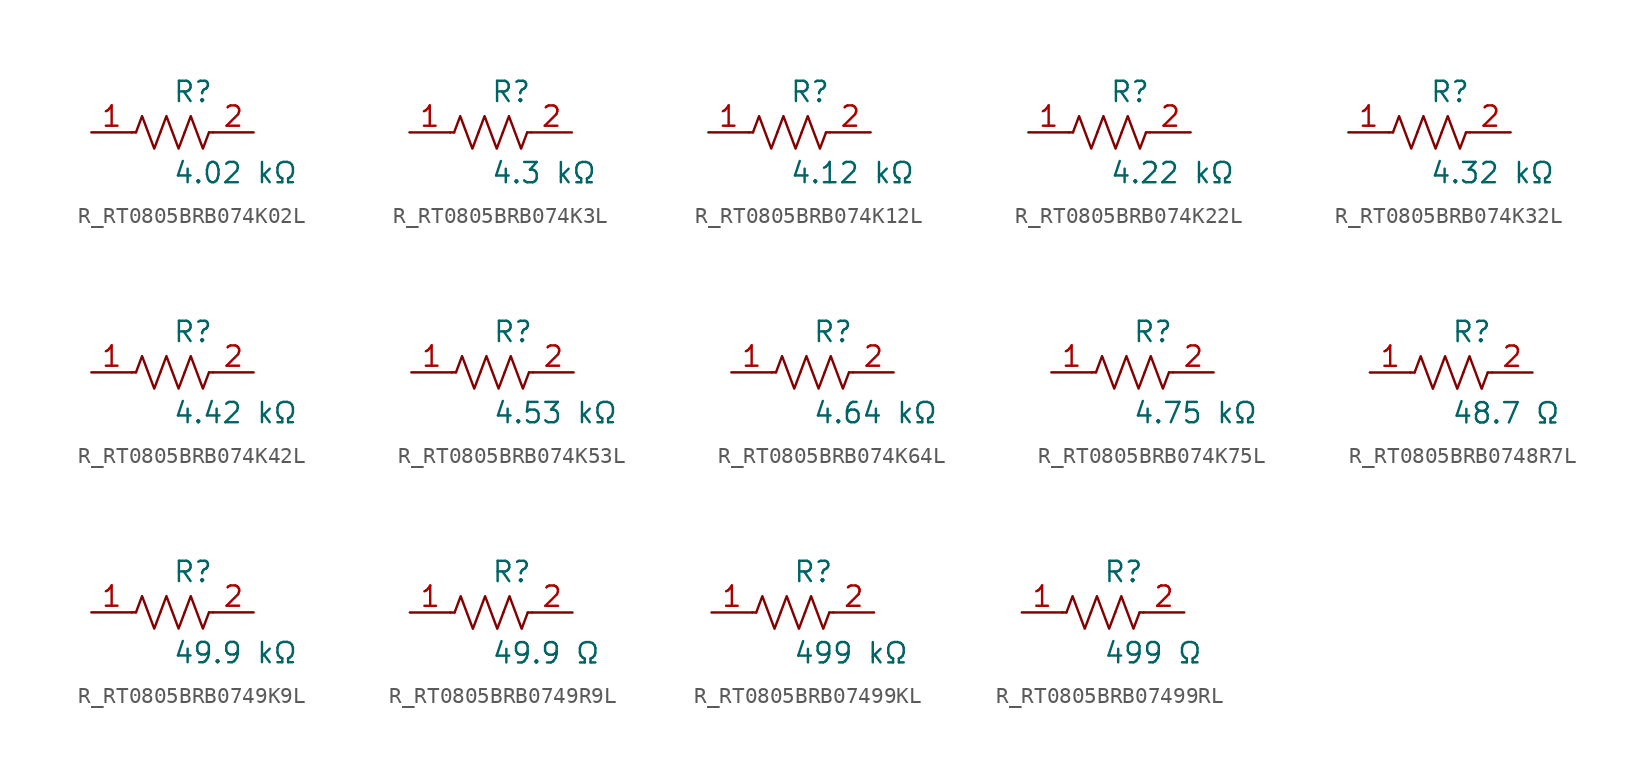
<source format=kicad_sym>
(kicad_symbol_lib
  (version 20231120)
  (generator kicad_symbol_editor)
  (generator_version 8.0)
  (symbol "R_RT0805BRB074K02L"
    (pin_names
      (offset 0.254))
    (property "Reference" "R"
      (at 0 2.54 0)
      (effects (font (size 1.27 1.27)) (justify left)))
    (property "Value" "4.02 kΩ"
      (at 0 -2.54 0)
      (effects (font (size 1.27 1.27)) (justify left)))
    (symbol "R_RT0805BRB074K02L_0_1"
      (polyline (pts (xy 2.286 0) (xy 2.54 0)) (stroke (width 0) (type default)) (fill (type none)))
      (polyline (pts (xy -2.286 0) (xy -2.54 0)) (stroke (width 0) (type default)) (fill (type none)))
      (polyline (pts (xy 0.762 0) (xy 1.143 1.016) (xy 1.524 0) (xy 1.905 -1.016) (xy 2.286 0)) (stroke (width 0) (type default)) (fill (type none)))
      (polyline (pts (xy -0.762 0) (xy -0.381 1.016) (xy 0 0) (xy 0.381 -1.016) (xy 0.762 0)) (stroke (width 0) (type default)) (fill (type none)))
      (polyline (pts (xy -2.286 0) (xy -1.905 1.016) (xy -1.524 0) (xy -1.143 -1.016) (xy -0.762 0)) (stroke (width 0) (type default)) (fill (type none))))
    (pin unspecified line
      (at -5.08 0 0)
      (length 2.54)
      (name "" (effects (font (size 1.27 1.27))))
      (number "1" (effects (font (size 1.27 1.27)))))
    (pin unspecified line
      (at 5.08 0 180)
      (length 2.54)
      (name "" (effects (font (size 1.27 1.27))))
      (number "2" (effects (font (size 1.27 1.27))))))
  (symbol "R_RT0805BRB074K3L"
    (pin_names
      (offset 0.254))
    (property "Reference" "R"
      (at 0 2.54 0)
      (effects (font (size 1.27 1.27)) (justify left)))
    (property "Value" "4.3 kΩ"
      (at 0 -2.54 0)
      (effects (font (size 1.27 1.27)) (justify left)))
    (symbol "R_RT0805BRB074K3L_0_1"
      (polyline (pts (xy 2.286 0) (xy 2.54 0)) (stroke (width 0) (type default)) (fill (type none)))
      (polyline (pts (xy -2.286 0) (xy -2.54 0)) (stroke (width 0) (type default)) (fill (type none)))
      (polyline (pts (xy 0.762 0) (xy 1.143 1.016) (xy 1.524 0) (xy 1.905 -1.016) (xy 2.286 0)) (stroke (width 0) (type default)) (fill (type none)))
      (polyline (pts (xy -0.762 0) (xy -0.381 1.016) (xy 0 0) (xy 0.381 -1.016) (xy 0.762 0)) (stroke (width 0) (type default)) (fill (type none)))
      (polyline (pts (xy -2.286 0) (xy -1.905 1.016) (xy -1.524 0) (xy -1.143 -1.016) (xy -0.762 0)) (stroke (width 0) (type default)) (fill (type none))))
    (pin unspecified line
      (at -5.08 0 0)
      (length 2.54)
      (name "" (effects (font (size 1.27 1.27))))
      (number "1" (effects (font (size 1.27 1.27)))))
    (pin unspecified line
      (at 5.08 0 180)
      (length 2.54)
      (name "" (effects (font (size 1.27 1.27))))
      (number "2" (effects (font (size 1.27 1.27))))))
  (symbol "R_RT0805BRB074K12L"
    (pin_names
      (offset 0.254))
    (property "Reference" "R"
      (at 0 2.54 0)
      (effects (font (size 1.27 1.27)) (justify left)))
    (property "Value" "4.12 kΩ"
      (at 0 -2.54 0)
      (effects (font (size 1.27 1.27)) (justify left)))
    (symbol "R_RT0805BRB074K12L_0_1"
      (polyline (pts (xy 2.286 0) (xy 2.54 0)) (stroke (width 0) (type default)) (fill (type none)))
      (polyline (pts (xy -2.286 0) (xy -2.54 0)) (stroke (width 0) (type default)) (fill (type none)))
      (polyline (pts (xy 0.762 0) (xy 1.143 1.016) (xy 1.524 0) (xy 1.905 -1.016) (xy 2.286 0)) (stroke (width 0) (type default)) (fill (type none)))
      (polyline (pts (xy -0.762 0) (xy -0.381 1.016) (xy 0 0) (xy 0.381 -1.016) (xy 0.762 0)) (stroke (width 0) (type default)) (fill (type none)))
      (polyline (pts (xy -2.286 0) (xy -1.905 1.016) (xy -1.524 0) (xy -1.143 -1.016) (xy -0.762 0)) (stroke (width 0) (type default)) (fill (type none))))
    (pin unspecified line
      (at -5.08 0 0)
      (length 2.54)
      (name "" (effects (font (size 1.27 1.27))))
      (number "1" (effects (font (size 1.27 1.27)))))
    (pin unspecified line
      (at 5.08 0 180)
      (length 2.54)
      (name "" (effects (font (size 1.27 1.27))))
      (number "2" (effects (font (size 1.27 1.27))))))
  (symbol "R_RT0805BRB074K22L"
    (pin_names
      (offset 0.254))
    (property "Reference" "R"
      (at 0 2.54 0)
      (effects (font (size 1.27 1.27)) (justify left)))
    (property "Value" "4.22 kΩ"
      (at 0 -2.54 0)
      (effects (font (size 1.27 1.27)) (justify left)))
    (symbol "R_RT0805BRB074K22L_0_1"
      (polyline (pts (xy 2.286 0) (xy 2.54 0)) (stroke (width 0) (type default)) (fill (type none)))
      (polyline (pts (xy -2.286 0) (xy -2.54 0)) (stroke (width 0) (type default)) (fill (type none)))
      (polyline (pts (xy 0.762 0) (xy 1.143 1.016) (xy 1.524 0) (xy 1.905 -1.016) (xy 2.286 0)) (stroke (width 0) (type default)) (fill (type none)))
      (polyline (pts (xy -0.762 0) (xy -0.381 1.016) (xy 0 0) (xy 0.381 -1.016) (xy 0.762 0)) (stroke (width 0) (type default)) (fill (type none)))
      (polyline (pts (xy -2.286 0) (xy -1.905 1.016) (xy -1.524 0) (xy -1.143 -1.016) (xy -0.762 0)) (stroke (width 0) (type default)) (fill (type none))))
    (pin unspecified line
      (at -5.08 0 0)
      (length 2.54)
      (name "" (effects (font (size 1.27 1.27))))
      (number "1" (effects (font (size 1.27 1.27)))))
    (pin unspecified line
      (at 5.08 0 180)
      (length 2.54)
      (name "" (effects (font (size 1.27 1.27))))
      (number "2" (effects (font (size 1.27 1.27))))))
  (symbol "R_RT0805BRB074K32L"
    (pin_names
      (offset 0.254))
    (property "Reference" "R"
      (at 0 2.54 0)
      (effects (font (size 1.27 1.27)) (justify left)))
    (property "Value" "4.32 kΩ"
      (at 0 -2.54 0)
      (effects (font (size 1.27 1.27)) (justify left)))
    (symbol "R_RT0805BRB074K32L_0_1"
      (polyline (pts (xy 2.286 0) (xy 2.54 0)) (stroke (width 0) (type default)) (fill (type none)))
      (polyline (pts (xy -2.286 0) (xy -2.54 0)) (stroke (width 0) (type default)) (fill (type none)))
      (polyline (pts (xy 0.762 0) (xy 1.143 1.016) (xy 1.524 0) (xy 1.905 -1.016) (xy 2.286 0)) (stroke (width 0) (type default)) (fill (type none)))
      (polyline (pts (xy -0.762 0) (xy -0.381 1.016) (xy 0 0) (xy 0.381 -1.016) (xy 0.762 0)) (stroke (width 0) (type default)) (fill (type none)))
      (polyline (pts (xy -2.286 0) (xy -1.905 1.016) (xy -1.524 0) (xy -1.143 -1.016) (xy -0.762 0)) (stroke (width 0) (type default)) (fill (type none))))
    (pin unspecified line
      (at -5.08 0 0)
      (length 2.54)
      (name "" (effects (font (size 1.27 1.27))))
      (number "1" (effects (font (size 1.27 1.27)))))
    (pin unspecified line
      (at 5.08 0 180)
      (length 2.54)
      (name "" (effects (font (size 1.27 1.27))))
      (number "2" (effects (font (size 1.27 1.27))))))
  (symbol "R_RT0805BRB074K42L"
    (pin_names
      (offset 0.254))
    (property "Reference" "R"
      (at 0 2.54 0)
      (effects (font (size 1.27 1.27)) (justify left)))
    (property "Value" "4.42 kΩ"
      (at 0 -2.54 0)
      (effects (font (size 1.27 1.27)) (justify left)))
    (symbol "R_RT0805BRB074K42L_0_1"
      (polyline (pts (xy 2.286 0) (xy 2.54 0)) (stroke (width 0) (type default)) (fill (type none)))
      (polyline (pts (xy -2.286 0) (xy -2.54 0)) (stroke (width 0) (type default)) (fill (type none)))
      (polyline (pts (xy 0.762 0) (xy 1.143 1.016) (xy 1.524 0) (xy 1.905 -1.016) (xy 2.286 0)) (stroke (width 0) (type default)) (fill (type none)))
      (polyline (pts (xy -0.762 0) (xy -0.381 1.016) (xy 0 0) (xy 0.381 -1.016) (xy 0.762 0)) (stroke (width 0) (type default)) (fill (type none)))
      (polyline (pts (xy -2.286 0) (xy -1.905 1.016) (xy -1.524 0) (xy -1.143 -1.016) (xy -0.762 0)) (stroke (width 0) (type default)) (fill (type none))))
    (pin unspecified line
      (at -5.08 0 0)
      (length 2.54)
      (name "" (effects (font (size 1.27 1.27))))
      (number "1" (effects (font (size 1.27 1.27)))))
    (pin unspecified line
      (at 5.08 0 180)
      (length 2.54)
      (name "" (effects (font (size 1.27 1.27))))
      (number "2" (effects (font (size 1.27 1.27))))))
  (symbol "R_RT0805BRB074K53L"
    (pin_names
      (offset 0.254))
    (property "Reference" "R"
      (at 0 2.54 0)
      (effects (font (size 1.27 1.27)) (justify left)))
    (property "Value" "4.53 kΩ"
      (at 0 -2.54 0)
      (effects (font (size 1.27 1.27)) (justify left)))
    (symbol "R_RT0805BRB074K53L_0_1"
      (polyline (pts (xy 2.286 0) (xy 2.54 0)) (stroke (width 0) (type default)) (fill (type none)))
      (polyline (pts (xy -2.286 0) (xy -2.54 0)) (stroke (width 0) (type default)) (fill (type none)))
      (polyline (pts (xy 0.762 0) (xy 1.143 1.016) (xy 1.524 0) (xy 1.905 -1.016) (xy 2.286 0)) (stroke (width 0) (type default)) (fill (type none)))
      (polyline (pts (xy -0.762 0) (xy -0.381 1.016) (xy 0 0) (xy 0.381 -1.016) (xy 0.762 0)) (stroke (width 0) (type default)) (fill (type none)))
      (polyline (pts (xy -2.286 0) (xy -1.905 1.016) (xy -1.524 0) (xy -1.143 -1.016) (xy -0.762 0)) (stroke (width 0) (type default)) (fill (type none))))
    (pin unspecified line
      (at -5.08 0 0)
      (length 2.54)
      (name "" (effects (font (size 1.27 1.27))))
      (number "1" (effects (font (size 1.27 1.27)))))
    (pin unspecified line
      (at 5.08 0 180)
      (length 2.54)
      (name "" (effects (font (size 1.27 1.27))))
      (number "2" (effects (font (size 1.27 1.27))))))
  (symbol "R_RT0805BRB074K64L"
    (pin_names
      (offset 0.254))
    (property "Reference" "R"
      (at 0 2.54 0)
      (effects (font (size 1.27 1.27)) (justify left)))
    (property "Value" "4.64 kΩ"
      (at 0 -2.54 0)
      (effects (font (size 1.27 1.27)) (justify left)))
    (symbol "R_RT0805BRB074K64L_0_1"
      (polyline (pts (xy 2.286 0) (xy 2.54 0)) (stroke (width 0) (type default)) (fill (type none)))
      (polyline (pts (xy -2.286 0) (xy -2.54 0)) (stroke (width 0) (type default)) (fill (type none)))
      (polyline (pts (xy 0.762 0) (xy 1.143 1.016) (xy 1.524 0) (xy 1.905 -1.016) (xy 2.286 0)) (stroke (width 0) (type default)) (fill (type none)))
      (polyline (pts (xy -0.762 0) (xy -0.381 1.016) (xy 0 0) (xy 0.381 -1.016) (xy 0.762 0)) (stroke (width 0) (type default)) (fill (type none)))
      (polyline (pts (xy -2.286 0) (xy -1.905 1.016) (xy -1.524 0) (xy -1.143 -1.016) (xy -0.762 0)) (stroke (width 0) (type default)) (fill (type none))))
    (pin unspecified line
      (at -5.08 0 0)
      (length 2.54)
      (name "" (effects (font (size 1.27 1.27))))
      (number "1" (effects (font (size 1.27 1.27)))))
    (pin unspecified line
      (at 5.08 0 180)
      (length 2.54)
      (name "" (effects (font (size 1.27 1.27))))
      (number "2" (effects (font (size 1.27 1.27))))))
  (symbol "R_RT0805BRB074K75L"
    (pin_names
      (offset 0.254))
    (property "Reference" "R"
      (at 0 2.54 0)
      (effects (font (size 1.27 1.27)) (justify left)))
    (property "Value" "4.75 kΩ"
      (at 0 -2.54 0)
      (effects (font (size 1.27 1.27)) (justify left)))
    (symbol "R_RT0805BRB074K75L_0_1"
      (polyline (pts (xy 2.286 0) (xy 2.54 0)) (stroke (width 0) (type default)) (fill (type none)))
      (polyline (pts (xy -2.286 0) (xy -2.54 0)) (stroke (width 0) (type default)) (fill (type none)))
      (polyline (pts (xy 0.762 0) (xy 1.143 1.016) (xy 1.524 0) (xy 1.905 -1.016) (xy 2.286 0)) (stroke (width 0) (type default)) (fill (type none)))
      (polyline (pts (xy -0.762 0) (xy -0.381 1.016) (xy 0 0) (xy 0.381 -1.016) (xy 0.762 0)) (stroke (width 0) (type default)) (fill (type none)))
      (polyline (pts (xy -2.286 0) (xy -1.905 1.016) (xy -1.524 0) (xy -1.143 -1.016) (xy -0.762 0)) (stroke (width 0) (type default)) (fill (type none))))
    (pin unspecified line
      (at -5.08 0 0)
      (length 2.54)
      (name "" (effects (font (size 1.27 1.27))))
      (number "1" (effects (font (size 1.27 1.27)))))
    (pin unspecified line
      (at 5.08 0 180)
      (length 2.54)
      (name "" (effects (font (size 1.27 1.27))))
      (number "2" (effects (font (size 1.27 1.27))))))
  (symbol "R_RT0805BRB0748R7L"
    (pin_names
      (offset 0.254))
    (property "Reference" "R"
      (at 0 2.54 0)
      (effects (font (size 1.27 1.27)) (justify left)))
    (property "Value" "48.7 Ω"
      (at 0 -2.54 0)
      (effects (font (size 1.27 1.27)) (justify left)))
    (symbol "R_RT0805BRB0748R7L_0_1"
      (polyline (pts (xy 2.286 0) (xy 2.54 0)) (stroke (width 0) (type default)) (fill (type none)))
      (polyline (pts (xy -2.286 0) (xy -2.54 0)) (stroke (width 0) (type default)) (fill (type none)))
      (polyline (pts (xy 0.762 0) (xy 1.143 1.016) (xy 1.524 0) (xy 1.905 -1.016) (xy 2.286 0)) (stroke (width 0) (type default)) (fill (type none)))
      (polyline (pts (xy -0.762 0) (xy -0.381 1.016) (xy 0 0) (xy 0.381 -1.016) (xy 0.762 0)) (stroke (width 0) (type default)) (fill (type none)))
      (polyline (pts (xy -2.286 0) (xy -1.905 1.016) (xy -1.524 0) (xy -1.143 -1.016) (xy -0.762 0)) (stroke (width 0) (type default)) (fill (type none))))
    (pin unspecified line
      (at -5.08 0 0)
      (length 2.54)
      (name "" (effects (font (size 1.27 1.27))))
      (number "1" (effects (font (size 1.27 1.27)))))
    (pin unspecified line
      (at 5.08 0 180)
      (length 2.54)
      (name "" (effects (font (size 1.27 1.27))))
      (number "2" (effects (font (size 1.27 1.27))))))
  (symbol "R_RT0805BRB0749K9L"
    (pin_names
      (offset 0.254))
    (property "Reference" "R"
      (at 0 2.54 0)
      (effects (font (size 1.27 1.27)) (justify left)))
    (property "Value" "49.9 kΩ"
      (at 0 -2.54 0)
      (effects (font (size 1.27 1.27)) (justify left)))
    (symbol "R_RT0805BRB0749K9L_0_1"
      (polyline (pts (xy 2.286 0) (xy 2.54 0)) (stroke (width 0) (type default)) (fill (type none)))
      (polyline (pts (xy -2.286 0) (xy -2.54 0)) (stroke (width 0) (type default)) (fill (type none)))
      (polyline (pts (xy 0.762 0) (xy 1.143 1.016) (xy 1.524 0) (xy 1.905 -1.016) (xy 2.286 0)) (stroke (width 0) (type default)) (fill (type none)))
      (polyline (pts (xy -0.762 0) (xy -0.381 1.016) (xy 0 0) (xy 0.381 -1.016) (xy 0.762 0)) (stroke (width 0) (type default)) (fill (type none)))
      (polyline (pts (xy -2.286 0) (xy -1.905 1.016) (xy -1.524 0) (xy -1.143 -1.016) (xy -0.762 0)) (stroke (width 0) (type default)) (fill (type none))))
    (pin unspecified line
      (at -5.08 0 0)
      (length 2.54)
      (name "" (effects (font (size 1.27 1.27))))
      (number "1" (effects (font (size 1.27 1.27)))))
    (pin unspecified line
      (at 5.08 0 180)
      (length 2.54)
      (name "" (effects (font (size 1.27 1.27))))
      (number "2" (effects (font (size 1.27 1.27))))))
  (symbol "R_RT0805BRB0749R9L"
    (pin_names
      (offset 0.254))
    (property "Reference" "R"
      (at 0 2.54 0)
      (effects (font (size 1.27 1.27)) (justify left)))
    (property "Value" "49.9 Ω"
      (at 0 -2.54 0)
      (effects (font (size 1.27 1.27)) (justify left)))
    (symbol "R_RT0805BRB0749R9L_0_1"
      (polyline (pts (xy 2.286 0) (xy 2.54 0)) (stroke (width 0) (type default)) (fill (type none)))
      (polyline (pts (xy -2.286 0) (xy -2.54 0)) (stroke (width 0) (type default)) (fill (type none)))
      (polyline (pts (xy 0.762 0) (xy 1.143 1.016) (xy 1.524 0) (xy 1.905 -1.016) (xy 2.286 0)) (stroke (width 0) (type default)) (fill (type none)))
      (polyline (pts (xy -0.762 0) (xy -0.381 1.016) (xy 0 0) (xy 0.381 -1.016) (xy 0.762 0)) (stroke (width 0) (type default)) (fill (type none)))
      (polyline (pts (xy -2.286 0) (xy -1.905 1.016) (xy -1.524 0) (xy -1.143 -1.016) (xy -0.762 0)) (stroke (width 0) (type default)) (fill (type none))))
    (pin unspecified line
      (at -5.08 0 0)
      (length 2.54)
      (name "" (effects (font (size 1.27 1.27))))
      (number "1" (effects (font (size 1.27 1.27)))))
    (pin unspecified line
      (at 5.08 0 180)
      (length 2.54)
      (name "" (effects (font (size 1.27 1.27))))
      (number "2" (effects (font (size 1.27 1.27))))))
  (symbol "R_RT0805BRB07499KL"
    (pin_names
      (offset 0.254))
    (property "Reference" "R"
      (at 0 2.54 0)
      (effects (font (size 1.27 1.27)) (justify left)))
    (property "Value" "499 kΩ"
      (at 0 -2.54 0)
      (effects (font (size 1.27 1.27)) (justify left)))
    (symbol "R_RT0805BRB07499KL_0_1"
      (polyline (pts (xy 2.286 0) (xy 2.54 0)) (stroke (width 0) (type default)) (fill (type none)))
      (polyline (pts (xy -2.286 0) (xy -2.54 0)) (stroke (width 0) (type default)) (fill (type none)))
      (polyline (pts (xy 0.762 0) (xy 1.143 1.016) (xy 1.524 0) (xy 1.905 -1.016) (xy 2.286 0)) (stroke (width 0) (type default)) (fill (type none)))
      (polyline (pts (xy -0.762 0) (xy -0.381 1.016) (xy 0 0) (xy 0.381 -1.016) (xy 0.762 0)) (stroke (width 0) (type default)) (fill (type none)))
      (polyline (pts (xy -2.286 0) (xy -1.905 1.016) (xy -1.524 0) (xy -1.143 -1.016) (xy -0.762 0)) (stroke (width 0) (type default)) (fill (type none))))
    (pin unspecified line
      (at -5.08 0 0)
      (length 2.54)
      (name "" (effects (font (size 1.27 1.27))))
      (number "1" (effects (font (size 1.27 1.27)))))
    (pin unspecified line
      (at 5.08 0 180)
      (length 2.54)
      (name "" (effects (font (size 1.27 1.27))))
      (number "2" (effects (font (size 1.27 1.27))))))
  (symbol "R_RT0805BRB07499RL"
    (pin_names
      (offset 0.254))
    (property "Reference" "R"
      (at 0 2.54 0)
      (effects (font (size 1.27 1.27)) (justify left)))
    (property "Value" "499 Ω"
      (at 0 -2.54 0)
      (effects (font (size 1.27 1.27)) (justify left)))
    (symbol "R_RT0805BRB07499RL_0_1"
      (polyline (pts (xy 2.286 0) (xy 2.54 0)) (stroke (width 0) (type default)) (fill (type none)))
      (polyline (pts (xy -2.286 0) (xy -2.54 0)) (stroke (width 0) (type default)) (fill (type none)))
      (polyline (pts (xy 0.762 0) (xy 1.143 1.016) (xy 1.524 0) (xy 1.905 -1.016) (xy 2.286 0)) (stroke (width 0) (type default)) (fill (type none)))
      (polyline (pts (xy -0.762 0) (xy -0.381 1.016) (xy 0 0) (xy 0.381 -1.016) (xy 0.762 0)) (stroke (width 0) (type default)) (fill (type none)))
      (polyline (pts (xy -2.286 0) (xy -1.905 1.016) (xy -1.524 0) (xy -1.143 -1.016) (xy -0.762 0)) (stroke (width 0) (type default)) (fill (type none))))
    (pin unspecified line
      (at -5.08 0 0)
      (length 2.54)
      (name "" (effects (font (size 1.27 1.27))))
      (number "1" (effects (font (size 1.27 1.27)))))
    (pin unspecified line
      (at 5.08 0 180)
      (length 2.54)
      (name "" (effects (font (size 1.27 1.27))))
      (number "2" (effects (font (size 1.27 1.27)))))))
</source>
